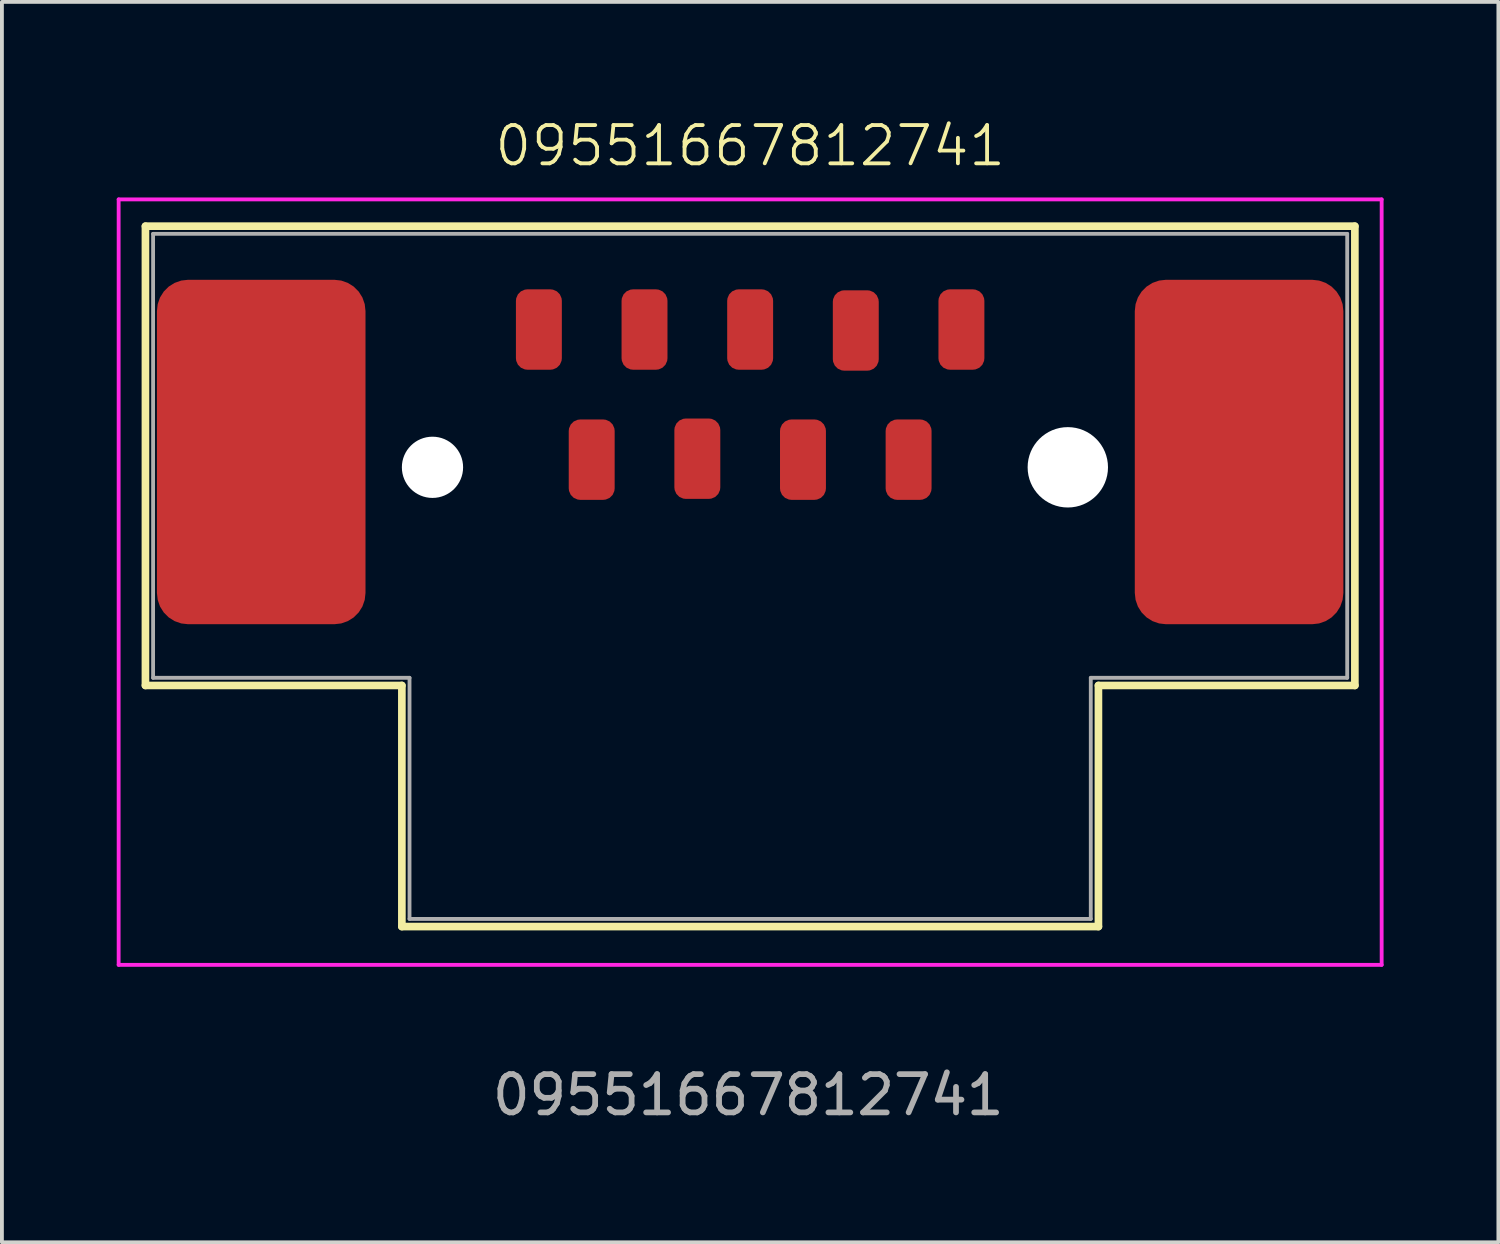
<source format=kicad_pcb>
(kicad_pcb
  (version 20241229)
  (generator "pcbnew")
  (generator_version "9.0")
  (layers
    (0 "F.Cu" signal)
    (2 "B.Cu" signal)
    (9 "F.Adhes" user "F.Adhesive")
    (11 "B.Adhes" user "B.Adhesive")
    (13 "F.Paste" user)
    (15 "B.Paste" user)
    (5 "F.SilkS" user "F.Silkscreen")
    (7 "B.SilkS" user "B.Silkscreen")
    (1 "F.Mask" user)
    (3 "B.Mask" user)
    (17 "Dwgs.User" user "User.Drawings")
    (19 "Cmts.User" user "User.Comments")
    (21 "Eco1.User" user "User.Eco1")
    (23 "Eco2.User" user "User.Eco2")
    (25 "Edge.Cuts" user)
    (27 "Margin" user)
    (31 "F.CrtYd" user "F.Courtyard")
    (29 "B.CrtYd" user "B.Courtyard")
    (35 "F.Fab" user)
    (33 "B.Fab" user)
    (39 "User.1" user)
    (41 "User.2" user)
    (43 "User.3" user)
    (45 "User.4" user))
  (footprint "09551667812741"
    (layer "F.Cu")
    (at 16.55 8.96)
    (property "Reference" "09551667812741" (at 0 -8.2 0) (unlocked yes) (layer "F.SilkS") (effects (font (size 1 1) (thickness 0.1))))
    (attr smd)
    (fp_line (start -15.8 -6.1) (end -15.8 5.9) (stroke (width 0.2) (type default)) (layer "F.SilkS"))
    (fp_line (start -15.8 5.9) (end -9.1 5.9) (stroke (width 0.2) (type default)) (layer "F.SilkS"))
    (fp_line (start -9.1 5.9) (end -9.1 12.2) (stroke (width 0.2) (type default)) (layer "F.SilkS"))
    (fp_line (start -9.1 12.2) (end 9.1 12.2) (stroke (width 0.2) (type default)) (layer "F.SilkS"))
    (fp_line (start 9.1 5.9) (end 15.8 5.9) (stroke (width 0.2) (type default)) (layer "F.SilkS"))
    (fp_line (start 9.1 12.2) (end 9.1 5.9) (stroke (width 0.2) (type default)) (layer "F.SilkS"))
    (fp_line (start 15.8 -6.1) (end -15.8 -6.1) (stroke (width 0.2) (type default)) (layer "F.SilkS"))
    (fp_line (start 15.8 5.9) (end 15.8 -6.1) (stroke (width 0.2) (type default)) (layer "F.SilkS"))
    (fp_line (start -16.5 -6.8) (end 16.5 -6.8) (stroke (width 0.1) (type default)) (layer "F.CrtYd"))
    (fp_line (start -16.5 13.2) (end -16.5 -6.8) (stroke (width 0.1) (type default)) (layer "F.CrtYd"))
    (fp_line (start -16.5 13.2) (end 16.5 13.2) (stroke (width 0.1) (type default)) (layer "F.CrtYd"))
    (fp_line (start 16.5 13.2) (end 16.5 -6.8) (stroke (width 0.1) (type default)) (layer "F.CrtYd"))
    (fp_line (start -15.6 -5.9) (end -15.6 5.7) (stroke (width 0.1) (type default)) (layer "F.Fab"))
    (fp_line (start -15.6 5.7) (end -8.9 5.7) (stroke (width 0.1) (type default)) (layer "F.Fab"))
    (fp_line (start -8.9 5.7) (end -8.9 12) (stroke (width 0.1) (type default)) (layer "F.Fab"))
    (fp_line (start -8.9 12) (end 8.9 12) (stroke (width 0.1) (type default)) (layer "F.Fab"))
    (fp_line (start 8.9 5.7) (end 15.6 5.7) (stroke (width 0.1) (type default)) (layer "F.Fab"))
    (fp_line (start 8.9 12) (end 8.9 5.7) (stroke (width 0.1) (type default)) (layer "F.Fab"))
    (fp_line (start 15.6 -5.9) (end -15.6 -5.9) (stroke (width 0.1) (type default)) (layer "F.Fab"))
    (fp_line (start 15.6 5.7) (end 15.6 -5.9) (stroke (width 0.1) (type default)) (layer "F.Fab"))
    (fp_text user "${REFERENCE}" (at -0.05 16.6 0) (unlocked yes) (layer "F.Fab") (effects (font (size 1 1) (thickness 0.15))))
    (pad "" np_thru_hole circle (at -8.3 0.2) (size 1.6 1.6) (drill 1.6) (layers "*.Cu" "*.Mask"))
    (pad "" np_thru_hole circle (at 8.3 0.2) (size 2.1 2.1) (drill 2.1) (layers "*.Cu" "*.Mask"))
    (pad "1" smd roundrect (at -5.52 -3.4) (size 1.2 2.1) (layers "F.Cu" "F.Mask" "F.Paste") (roundrect_rratio 0.25))
    (pad "2" smd roundrect (at -2.76 -3.4) (size 1.2 2.1) (layers "F.Cu" "F.Mask" "F.Paste") (roundrect_rratio 0.25))
    (pad "3" smd roundrect (at 0 -3.4) (size 1.2 2.1) (layers "F.Cu" "F.Mask" "F.Paste") (roundrect_rratio 0.25))
    (pad "4" smd roundrect (at 2.76 -3.375) (size 1.2 2.1) (layers "F.Cu" "F.Mask" "F.Paste") (roundrect_rratio 0.25))
    (pad "5" smd roundrect (at 5.52 -3.4) (size 1.2 2.1) (layers "F.Cu" "F.Mask" "F.Paste") (roundrect_rratio 0.25))
    (pad "6" smd roundrect (at -4.14 0) (size 1.2 2.1) (layers "F.Cu" "F.Mask" "F.Paste") (roundrect_rratio 0.25))
    (pad "7" smd roundrect (at -1.38 -0.025) (size 1.2 2.1) (layers "F.Cu" "F.Mask" "F.Paste") (roundrect_rratio 0.25))
    (pad "8" smd roundrect (at 1.38 0) (size 1.2 2.1) (layers "F.Cu" "F.Mask" "F.Paste") (roundrect_rratio 0.25))
    (pad "9" smd roundrect (at 4.14 0) (size 1.2 2.1) (layers "F.Cu" "F.Mask" "F.Paste") (roundrect_rratio 0.25))
    (pad "10" smd roundrect (at -12.775 -0.2) (size 5.45 9) (layers "F.Cu" "F.Mask" "F.Paste") (roundrect_rratio 0.15))
    (pad "11" smd roundrect (at 12.775 -0.2) (size 5.45 9) (layers "F.Cu" "F.Mask" "F.Paste") (roundrect_rratio 0.15)))
  (gr_rect
    (start -3 -3)
    (end 36.1 29.409)
    (stroke (width 0.1) (type default))
    (fill no)
    (layer "Edge.Cuts")))
</source>
